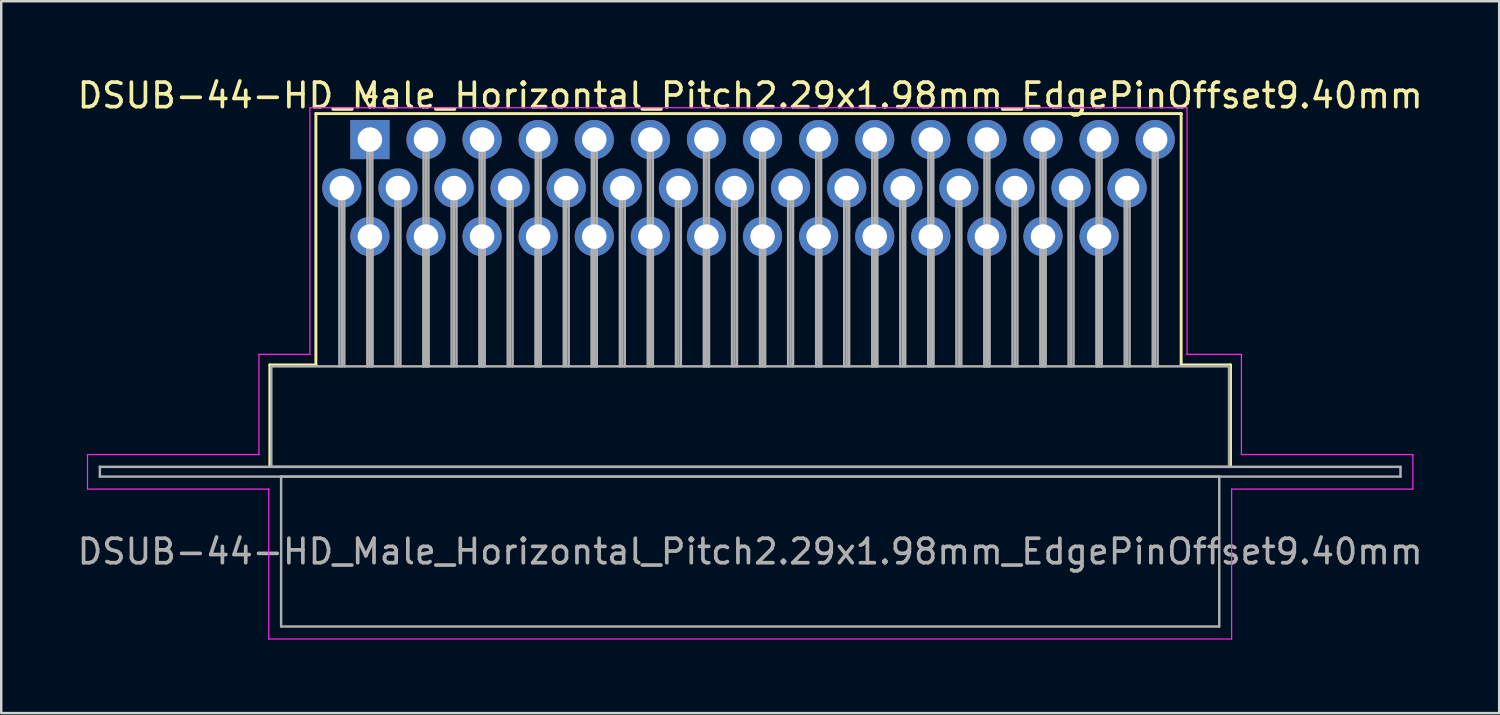
<source format=kicad_pcb>
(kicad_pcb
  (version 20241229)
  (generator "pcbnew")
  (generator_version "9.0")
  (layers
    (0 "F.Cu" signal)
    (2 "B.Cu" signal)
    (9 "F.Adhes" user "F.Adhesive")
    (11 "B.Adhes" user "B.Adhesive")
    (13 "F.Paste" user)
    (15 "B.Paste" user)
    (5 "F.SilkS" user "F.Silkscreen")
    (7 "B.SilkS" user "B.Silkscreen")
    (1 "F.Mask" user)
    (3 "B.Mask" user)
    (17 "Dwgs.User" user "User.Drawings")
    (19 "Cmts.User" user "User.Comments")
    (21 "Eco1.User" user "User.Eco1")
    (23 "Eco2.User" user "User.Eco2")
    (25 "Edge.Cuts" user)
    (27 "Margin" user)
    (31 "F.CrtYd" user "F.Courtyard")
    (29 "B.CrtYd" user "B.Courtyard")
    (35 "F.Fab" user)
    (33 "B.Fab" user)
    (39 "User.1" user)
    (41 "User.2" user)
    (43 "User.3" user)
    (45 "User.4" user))
  (footprint "DSUB-44-HD_Male_Horizontal_Pitch2.29x1.98mm_EdgePinOffset9.40mm"
    (layer "F.Cu")
    (at 12.052 2.648)
    (property "Reference" "DSUB-44-HD_Male_Horizontal_Pitch2.29x1.98mm_EdgePinOffset9.40mm" (at 15.525 -1.8 0) (layer "F.SilkS") (effects (font (size 1 1) (thickness 0.15))))
    (attr through_hole)
    (fp_line (start -4.085 9.2) (end -2.205 9.2) (stroke (width 0.12) (type solid)) (layer "F.SilkS"))
    (fp_line (start -4.085 13.3) (end -4.085 9.2) (stroke (width 0.12) (type solid)) (layer "F.SilkS"))
    (fp_line (start -2.205 -1.06) (end 33.12 -1.06) (stroke (width 0.12) (type solid)) (layer "F.SilkS"))
    (fp_line (start -2.205 9.2) (end -2.205 -1.06) (stroke (width 0.12) (type solid)) (layer "F.SilkS"))
    (fp_line (start -0.25 -1.754) (end 0.25 -1.754) (stroke (width 0.12) (type solid)) (layer "F.SilkS"))
    (fp_line (start 0 -1.321) (end -0.25 -1.754) (stroke (width 0.12) (type solid)) (layer "F.SilkS"))
    (fp_line (start 0.25 -1.754) (end 0 -1.321) (stroke (width 0.12) (type solid)) (layer "F.SilkS"))
    (fp_line (start 33.12 -1.06) (end 33.12 9.2) (stroke (width 0.12) (type solid)) (layer "F.SilkS"))
    (fp_line (start 33.12 9.2) (end 35.135 9.2) (stroke (width 0.12) (type solid)) (layer "F.SilkS"))
    (fp_line (start 35.135 9.2) (end 35.135 13.3) (stroke (width 0.12) (type solid)) (layer "F.SilkS"))
    (fp_line (start -11.53 12.86) (end -4.53 12.86) (stroke (width 0.05) (type solid)) (layer "F.CrtYd"))
    (fp_line (start -11.53 14.27) (end -11.53 12.86) (stroke (width 0.05) (type solid)) (layer "F.CrtYd"))
    (fp_line (start -4.53 8.77) (end -2.45 8.77) (stroke (width 0.05) (type solid)) (layer "F.CrtYd"))
    (fp_line (start -4.53 12.86) (end -4.53 8.77) (stroke (width 0.05) (type solid)) (layer "F.CrtYd"))
    (fp_line (start -4.13 14.27) (end -11.53 14.27) (stroke (width 0.05) (type solid)) (layer "F.CrtYd"))
    (fp_line (start -4.13 20.39) (end -4.13 14.27) (stroke (width 0.05) (type solid)) (layer "F.CrtYd"))
    (fp_line (start -2.45 -1.3) (end 33.36 -1.3) (stroke (width 0.05) (type solid)) (layer "F.CrtYd"))
    (fp_line (start -2.45 8.77) (end -2.45 -1.3) (stroke (width 0.05) (type solid)) (layer "F.CrtYd"))
    (fp_line (start 33.36 -1.3) (end 33.36 8.77) (stroke (width 0.05) (type solid)) (layer "F.CrtYd"))
    (fp_line (start 33.36 8.77) (end 35.58 8.77) (stroke (width 0.05) (type solid)) (layer "F.CrtYd"))
    (fp_line (start 35.18 14.27) (end 35.18 20.39) (stroke (width 0.05) (type solid)) (layer "F.CrtYd"))
    (fp_line (start 35.18 20.39) (end -4.13 20.39) (stroke (width 0.05) (type solid)) (layer "F.CrtYd"))
    (fp_line (start 35.58 8.77) (end 35.58 12.86) (stroke (width 0.05) (type solid)) (layer "F.CrtYd"))
    (fp_line (start 35.58 12.86) (end 42.58 12.86) (stroke (width 0.05) (type solid)) (layer "F.CrtYd"))
    (fp_line (start 42.58 12.86) (end 42.58 14.27) (stroke (width 0.05) (type solid)) (layer "F.CrtYd"))
    (fp_line (start 42.58 14.27) (end 35.18 14.27) (stroke (width 0.05) (type solid)) (layer "F.CrtYd"))
    (fp_line (start -11.025 13.36) (end -11.025 13.76) (stroke (width 0.1) (type solid)) (layer "F.Fab"))
    (fp_line (start -11.025 13.76) (end 42.075 13.76) (stroke (width 0.1) (type solid)) (layer "F.Fab"))
    (fp_line (start -4.025 9.26) (end -4.025 13.36) (stroke (width 0.1) (type solid)) (layer "F.Fab"))
    (fp_line (start -4.025 13.36) (end 35.075 13.36) (stroke (width 0.1) (type solid)) (layer "F.Fab"))
    (fp_line (start -3.625 13.76) (end -3.625 19.88) (stroke (width 0.1) (type solid)) (layer "F.Fab"))
    (fp_line (start -3.625 19.88) (end 34.675 19.88) (stroke (width 0.1) (type solid)) (layer "F.Fab"))
    (fp_line (start -1.245 1.98) (end -1.245 9.26) (stroke (width 0.1) (type solid)) (layer "F.Fab"))
    (fp_line (start -1.145 1.98) (end -1.145 9.26) (stroke (width 0.1) (type solid)) (layer "F.Fab"))
    (fp_line (start -1.045 1.98) (end -1.045 9.26) (stroke (width 0.1) (type solid)) (layer "F.Fab"))
    (fp_line (start -0.1 0) (end -0.1 9.26) (stroke (width 0.1) (type solid)) (layer "F.Fab"))
    (fp_line (start -0.1 3.96) (end -0.1 9.26) (stroke (width 0.1) (type solid)) (layer "F.Fab"))
    (fp_line (start 0 0) (end 0 9.26) (stroke (width 0.1) (type solid)) (layer "F.Fab"))
    (fp_line (start 0 3.96) (end 0 9.26) (stroke (width 0.1) (type solid)) (layer "F.Fab"))
    (fp_line (start 0.1 0) (end 0.1 9.26) (stroke (width 0.1) (type solid)) (layer "F.Fab"))
    (fp_line (start 0.1 3.96) (end 0.1 9.26) (stroke (width 0.1) (type solid)) (layer "F.Fab"))
    (fp_line (start 1.045 1.98) (end 1.045 9.26) (stroke (width 0.1) (type solid)) (layer "F.Fab"))
    (fp_line (start 1.145 1.98) (end 1.145 9.26) (stroke (width 0.1) (type solid)) (layer "F.Fab"))
    (fp_line (start 1.245 1.98) (end 1.245 9.26) (stroke (width 0.1) (type solid)) (layer "F.Fab"))
    (fp_line (start 2.19 0) (end 2.19 9.26) (stroke (width 0.1) (type solid)) (layer "F.Fab"))
    (fp_line (start 2.19 3.96) (end 2.19 9.26) (stroke (width 0.1) (type solid)) (layer "F.Fab"))
    (fp_line (start 2.29 0) (end 2.29 9.26) (stroke (width 0.1) (type solid)) (layer "F.Fab"))
    (fp_line (start 2.29 3.96) (end 2.29 9.26) (stroke (width 0.1) (type solid)) (layer "F.Fab"))
    (fp_line (start 2.39 0) (end 2.39 9.26) (stroke (width 0.1) (type solid)) (layer "F.Fab"))
    (fp_line (start 2.39 3.96) (end 2.39 9.26) (stroke (width 0.1) (type solid)) (layer "F.Fab"))
    (fp_line (start 3.335 1.98) (end 3.335 9.26) (stroke (width 0.1) (type solid)) (layer "F.Fab"))
    (fp_line (start 3.435 1.98) (end 3.435 9.26) (stroke (width 0.1) (type solid)) (layer "F.Fab"))
    (fp_line (start 3.535 1.98) (end 3.535 9.26) (stroke (width 0.1) (type solid)) (layer "F.Fab"))
    (fp_line (start 4.48 0) (end 4.48 9.26) (stroke (width 0.1) (type solid)) (layer "F.Fab"))
    (fp_line (start 4.48 3.96) (end 4.48 9.26) (stroke (width 0.1) (type solid)) (layer "F.Fab"))
    (fp_line (start 4.58 0) (end 4.58 9.26) (stroke (width 0.1) (type solid)) (layer "F.Fab"))
    (fp_line (start 4.58 3.96) (end 4.58 9.26) (stroke (width 0.1) (type solid)) (layer "F.Fab"))
    (fp_line (start 4.68 0) (end 4.68 9.26) (stroke (width 0.1) (type solid)) (layer "F.Fab"))
    (fp_line (start 4.68 3.96) (end 4.68 9.26) (stroke (width 0.1) (type solid)) (layer "F.Fab"))
    (fp_line (start 5.625 1.98) (end 5.625 9.26) (stroke (width 0.1) (type solid)) (layer "F.Fab"))
    (fp_line (start 5.725 1.98) (end 5.725 9.26) (stroke (width 0.1) (type solid)) (layer "F.Fab"))
    (fp_line (start 5.825 1.98) (end 5.825 9.26) (stroke (width 0.1) (type solid)) (layer "F.Fab"))
    (fp_line (start 6.77 0) (end 6.77 9.26) (stroke (width 0.1) (type solid)) (layer "F.Fab"))
    (fp_line (start 6.77 3.96) (end 6.77 9.26) (stroke (width 0.1) (type solid)) (layer "F.Fab"))
    (fp_line (start 6.87 0) (end 6.87 9.26) (stroke (width 0.1) (type solid)) (layer "F.Fab"))
    (fp_line (start 6.87 3.96) (end 6.87 9.26) (stroke (width 0.1) (type solid)) (layer "F.Fab"))
    (fp_line (start 6.97 0) (end 6.97 9.26) (stroke (width 0.1) (type solid)) (layer "F.Fab"))
    (fp_line (start 6.97 3.96) (end 6.97 9.26) (stroke (width 0.1) (type solid)) (layer "F.Fab"))
    (fp_line (start 7.915 1.98) (end 7.915 9.26) (stroke (width 0.1) (type solid)) (layer "F.Fab"))
    (fp_line (start 8.015 1.98) (end 8.015 9.26) (stroke (width 0.1) (type solid)) (layer "F.Fab"))
    (fp_line (start 8.115 1.98) (end 8.115 9.26) (stroke (width 0.1) (type solid)) (layer "F.Fab"))
    (fp_line (start 9.06 0) (end 9.06 9.26) (stroke (width 0.1) (type solid)) (layer "F.Fab"))
    (fp_line (start 9.06 3.96) (end 9.06 9.26) (stroke (width 0.1) (type solid)) (layer "F.Fab"))
    (fp_line (start 9.16 0) (end 9.16 9.26) (stroke (width 0.1) (type solid)) (layer "F.Fab"))
    (fp_line (start 9.16 3.96) (end 9.16 9.26) (stroke (width 0.1) (type solid)) (layer "F.Fab"))
    (fp_line (start 9.26 0) (end 9.26 9.26) (stroke (width 0.1) (type solid)) (layer "F.Fab"))
    (fp_line (start 9.26 3.96) (end 9.26 9.26) (stroke (width 0.1) (type solid)) (layer "F.Fab"))
    (fp_line (start 10.205 1.98) (end 10.205 9.26) (stroke (width 0.1) (type solid)) (layer "F.Fab"))
    (fp_line (start 10.305 1.98) (end 10.305 9.26) (stroke (width 0.1) (type solid)) (layer "F.Fab"))
    (fp_line (start 10.405 1.98) (end 10.405 9.26) (stroke (width 0.1) (type solid)) (layer "F.Fab"))
    (fp_line (start 11.35 0) (end 11.35 9.26) (stroke (width 0.1) (type solid)) (layer "F.Fab"))
    (fp_line (start 11.35 3.96) (end 11.35 9.26) (stroke (width 0.1) (type solid)) (layer "F.Fab"))
    (fp_line (start 11.45 0) (end 11.45 9.26) (stroke (width 0.1) (type solid)) (layer "F.Fab"))
    (fp_line (start 11.45 3.96) (end 11.45 9.26) (stroke (width 0.1) (type solid)) (layer "F.Fab"))
    (fp_line (start 11.55 0) (end 11.55 9.26) (stroke (width 0.1) (type solid)) (layer "F.Fab"))
    (fp_line (start 11.55 3.96) (end 11.55 9.26) (stroke (width 0.1) (type solid)) (layer "F.Fab"))
    (fp_line (start 12.495 1.98) (end 12.495 9.26) (stroke (width 0.1) (type solid)) (layer "F.Fab"))
    (fp_line (start 12.595 1.98) (end 12.595 9.26) (stroke (width 0.1) (type solid)) (layer "F.Fab"))
    (fp_line (start 12.695 1.98) (end 12.695 9.26) (stroke (width 0.1) (type solid)) (layer "F.Fab"))
    (fp_line (start 13.64 0) (end 13.64 9.26) (stroke (width 0.1) (type solid)) (layer "F.Fab"))
    (fp_line (start 13.64 3.96) (end 13.64 9.26) (stroke (width 0.1) (type solid)) (layer "F.Fab"))
    (fp_line (start 13.74 0) (end 13.74 9.26) (stroke (width 0.1) (type solid)) (layer "F.Fab"))
    (fp_line (start 13.74 3.96) (end 13.74 9.26) (stroke (width 0.1) (type solid)) (layer "F.Fab"))
    (fp_line (start 13.84 0) (end 13.84 9.26) (stroke (width 0.1) (type solid)) (layer "F.Fab"))
    (fp_line (start 13.84 3.96) (end 13.84 9.26) (stroke (width 0.1) (type solid)) (layer "F.Fab"))
    (fp_line (start 14.785 1.98) (end 14.785 9.26) (stroke (width 0.1) (type solid)) (layer "F.Fab"))
    (fp_line (start 14.885 1.98) (end 14.885 9.26) (stroke (width 0.1) (type solid)) (layer "F.Fab"))
    (fp_line (start 14.985 1.98) (end 14.985 9.26) (stroke (width 0.1) (type solid)) (layer "F.Fab"))
    (fp_line (start 15.93 0) (end 15.93 9.26) (stroke (width 0.1) (type solid)) (layer "F.Fab"))
    (fp_line (start 15.93 3.96) (end 15.93 9.26) (stroke (width 0.1) (type solid)) (layer "F.Fab"))
    (fp_line (start 16.03 0) (end 16.03 9.26) (stroke (width 0.1) (type solid)) (layer "F.Fab"))
    (fp_line (start 16.03 3.96) (end 16.03 9.26) (stroke (width 0.1) (type solid)) (layer "F.Fab"))
    (fp_line (start 16.13 0) (end 16.13 9.26) (stroke (width 0.1) (type solid)) (layer "F.Fab"))
    (fp_line (start 16.13 3.96) (end 16.13 9.26) (stroke (width 0.1) (type solid)) (layer "F.Fab"))
    (fp_line (start 17.075 1.98) (end 17.075 9.26) (stroke (width 0.1) (type solid)) (layer "F.Fab"))
    (fp_line (start 17.175 1.98) (end 17.175 9.26) (stroke (width 0.1) (type solid)) (layer "F.Fab"))
    (fp_line (start 17.275 1.98) (end 17.275 9.26) (stroke (width 0.1) (type solid)) (layer "F.Fab"))
    (fp_line (start 18.22 0) (end 18.22 9.26) (stroke (width 0.1) (type solid)) (layer "F.Fab"))
    (fp_line (start 18.22 3.96) (end 18.22 9.26) (stroke (width 0.1) (type solid)) (layer "F.Fab"))
    (fp_line (start 18.32 0) (end 18.32 9.26) (stroke (width 0.1) (type solid)) (layer "F.Fab"))
    (fp_line (start 18.32 3.96) (end 18.32 9.26) (stroke (width 0.1) (type solid)) (layer "F.Fab"))
    (fp_line (start 18.42 0) (end 18.42 9.26) (stroke (width 0.1) (type solid)) (layer "F.Fab"))
    (fp_line (start 18.42 3.96) (end 18.42 9.26) (stroke (width 0.1) (type solid)) (layer "F.Fab"))
    (fp_line (start 19.365 1.98) (end 19.365 9.26) (stroke (width 0.1) (type solid)) (layer "F.Fab"))
    (fp_line (start 19.465 1.98) (end 19.465 9.26) (stroke (width 0.1) (type solid)) (layer "F.Fab"))
    (fp_line (start 19.565 1.98) (end 19.565 9.26) (stroke (width 0.1) (type solid)) (layer "F.Fab"))
    (fp_line (start 20.51 0) (end 20.51 9.26) (stroke (width 0.1) (type solid)) (layer "F.Fab"))
    (fp_line (start 20.51 3.96) (end 20.51 9.26) (stroke (width 0.1) (type solid)) (layer "F.Fab"))
    (fp_line (start 20.61 0) (end 20.61 9.26) (stroke (width 0.1) (type solid)) (layer "F.Fab"))
    (fp_line (start 20.61 3.96) (end 20.61 9.26) (stroke (width 0.1) (type solid)) (layer "F.Fab"))
    (fp_line (start 20.71 0) (end 20.71 9.26) (stroke (width 0.1) (type solid)) (layer "F.Fab"))
    (fp_line (start 20.71 3.96) (end 20.71 9.26) (stroke (width 0.1) (type solid)) (layer "F.Fab"))
    (fp_line (start 21.655 1.98) (end 21.655 9.26) (stroke (width 0.1) (type solid)) (layer "F.Fab"))
    (fp_line (start 21.755 1.98) (end 21.755 9.26) (stroke (width 0.1) (type solid)) (layer "F.Fab"))
    (fp_line (start 21.855 1.98) (end 21.855 9.26) (stroke (width 0.1) (type solid)) (layer "F.Fab"))
    (fp_line (start 22.8 0) (end 22.8 9.26) (stroke (width 0.1) (type solid)) (layer "F.Fab"))
    (fp_line (start 22.8 3.96) (end 22.8 9.26) (stroke (width 0.1) (type solid)) (layer "F.Fab"))
    (fp_line (start 22.9 0) (end 22.9 9.26) (stroke (width 0.1) (type solid)) (layer "F.Fab"))
    (fp_line (start 22.9 3.96) (end 22.9 9.26) (stroke (width 0.1) (type solid)) (layer "F.Fab"))
    (fp_line (start 23 0) (end 23 9.26) (stroke (width 0.1) (type solid)) (layer "F.Fab"))
    (fp_line (start 23 3.96) (end 23 9.26) (stroke (width 0.1) (type solid)) (layer "F.Fab"))
    (fp_line (start 23.945 1.98) (end 23.945 9.26) (stroke (width 0.1) (type solid)) (layer "F.Fab"))
    (fp_line (start 24.045 1.98) (end 24.045 9.26) (stroke (width 0.1) (type solid)) (layer "F.Fab"))
    (fp_line (start 24.145 1.98) (end 24.145 9.26) (stroke (width 0.1) (type solid)) (layer "F.Fab"))
    (fp_line (start 25.09 0) (end 25.09 9.26) (stroke (width 0.1) (type solid)) (layer "F.Fab"))
    (fp_line (start 25.09 3.96) (end 25.09 9.26) (stroke (width 0.1) (type solid)) (layer "F.Fab"))
    (fp_line (start 25.19 0) (end 25.19 9.26) (stroke (width 0.1) (type solid)) (layer "F.Fab"))
    (fp_line (start 25.19 3.96) (end 25.19 9.26) (stroke (width 0.1) (type solid)) (layer "F.Fab"))
    (fp_line (start 25.29 0) (end 25.29 9.26) (stroke (width 0.1) (type solid)) (layer "F.Fab"))
    (fp_line (start 25.29 3.96) (end 25.29 9.26) (stroke (width 0.1) (type solid)) (layer "F.Fab"))
    (fp_line (start 26.235 1.98) (end 26.235 9.26) (stroke (width 0.1) (type solid)) (layer "F.Fab"))
    (fp_line (start 26.335 1.98) (end 26.335 9.26) (stroke (width 0.1) (type solid)) (layer "F.Fab"))
    (fp_line (start 26.435 1.98) (end 26.435 9.26) (stroke (width 0.1) (type solid)) (layer "F.Fab"))
    (fp_line (start 27.38 0) (end 27.38 9.26) (stroke (width 0.1) (type solid)) (layer "F.Fab"))
    (fp_line (start 27.38 3.96) (end 27.38 9.26) (stroke (width 0.1) (type solid)) (layer "F.Fab"))
    (fp_line (start 27.48 0) (end 27.48 9.26) (stroke (width 0.1) (type solid)) (layer "F.Fab"))
    (fp_line (start 27.48 3.96) (end 27.48 9.26) (stroke (width 0.1) (type solid)) (layer "F.Fab"))
    (fp_line (start 27.58 0) (end 27.58 9.26) (stroke (width 0.1) (type solid)) (layer "F.Fab"))
    (fp_line (start 27.58 3.96) (end 27.58 9.26) (stroke (width 0.1) (type solid)) (layer "F.Fab"))
    (fp_line (start 28.525 1.98) (end 28.525 9.26) (stroke (width 0.1) (type solid)) (layer "F.Fab"))
    (fp_line (start 28.625 1.98) (end 28.625 9.26) (stroke (width 0.1) (type solid)) (layer "F.Fab"))
    (fp_line (start 28.725 1.98) (end 28.725 9.26) (stroke (width 0.1) (type solid)) (layer "F.Fab"))
    (fp_line (start 29.67 0) (end 29.67 9.26) (stroke (width 0.1) (type solid)) (layer "F.Fab"))
    (fp_line (start 29.67 3.96) (end 29.67 9.26) (stroke (width 0.1) (type solid)) (layer "F.Fab"))
    (fp_line (start 29.77 0) (end 29.77 9.26) (stroke (width 0.1) (type solid)) (layer "F.Fab"))
    (fp_line (start 29.77 3.96) (end 29.77 9.26) (stroke (width 0.1) (type solid)) (layer "F.Fab"))
    (fp_line (start 29.87 0) (end 29.87 9.26) (stroke (width 0.1) (type solid)) (layer "F.Fab"))
    (fp_line (start 29.87 3.96) (end 29.87 9.26) (stroke (width 0.1) (type solid)) (layer "F.Fab"))
    (fp_line (start 30.815 1.98) (end 30.815 9.26) (stroke (width 0.1) (type solid)) (layer "F.Fab"))
    (fp_line (start 30.915 1.98) (end 30.915 9.26) (stroke (width 0.1) (type solid)) (layer "F.Fab"))
    (fp_line (start 31.015 1.98) (end 31.015 9.26) (stroke (width 0.1) (type solid)) (layer "F.Fab"))
    (fp_line (start 31.96 0) (end 31.96 9.26) (stroke (width 0.1) (type solid)) (layer "F.Fab"))
    (fp_line (start 32.06 0) (end 32.06 9.26) (stroke (width 0.1) (type solid)) (layer "F.Fab"))
    (fp_line (start 32.16 0) (end 32.16 9.26) (stroke (width 0.1) (type solid)) (layer "F.Fab"))
    (fp_line (start 34.675 13.76) (end -3.625 13.76) (stroke (width 0.1) (type solid)) (layer "F.Fab"))
    (fp_line (start 34.675 19.88) (end 34.675 13.76) (stroke (width 0.1) (type solid)) (layer "F.Fab"))
    (fp_line (start 35.075 9.26) (end -4.025 9.26) (stroke (width 0.1) (type solid)) (layer "F.Fab"))
    (fp_line (start 35.075 13.36) (end 35.075 9.26) (stroke (width 0.1) (type solid)) (layer "F.Fab"))
    (fp_line (start 42.075 13.36) (end -11.025 13.36) (stroke (width 0.1) (type solid)) (layer "F.Fab"))
    (fp_line (start 42.075 13.76) (end 42.075 13.36) (stroke (width 0.1) (type solid)) (layer "F.Fab"))
    (fp_text user "${REFERENCE}" (at 15.525 16.82 0) (layer "F.Fab") (effects (font (size 1 1) (thickness 0.15))))
    (pad "1" thru_hole rect (at 0 0) (size 1.6 1.6) (drill 1) (layers "*.Cu" "*.Mask"))
    (pad "2" thru_hole circle (at 2.29 0) (size 1.6 1.6) (drill 1) (layers "*.Cu" "*.Mask"))
    (pad "3" thru_hole circle (at 4.58 0) (size 1.6 1.6) (drill 1) (layers "*.Cu" "*.Mask"))
    (pad "4" thru_hole circle (at 6.87 0) (size 1.6 1.6) (drill 1) (layers "*.Cu" "*.Mask"))
    (pad "5" thru_hole circle (at 9.16 0) (size 1.6 1.6) (drill 1) (layers "*.Cu" "*.Mask"))
    (pad "6" thru_hole circle (at 11.45 0) (size 1.6 1.6) (drill 1) (layers "*.Cu" "*.Mask"))
    (pad "7" thru_hole circle (at 13.74 0) (size 1.6 1.6) (drill 1) (layers "*.Cu" "*.Mask"))
    (pad "8" thru_hole circle (at 16.03 0) (size 1.6 1.6) (drill 1) (layers "*.Cu" "*.Mask"))
    (pad "9" thru_hole circle (at 18.32 0) (size 1.6 1.6) (drill 1) (layers "*.Cu" "*.Mask"))
    (pad "10" thru_hole circle (at 20.61 0) (size 1.6 1.6) (drill 1) (layers "*.Cu" "*.Mask"))
    (pad "11" thru_hole circle (at 22.9 0) (size 1.6 1.6) (drill 1) (layers "*.Cu" "*.Mask"))
    (pad "12" thru_hole circle (at 25.19 0) (size 1.6 1.6) (drill 1) (layers "*.Cu" "*.Mask"))
    (pad "13" thru_hole circle (at 27.48 0) (size 1.6 1.6) (drill 1) (layers "*.Cu" "*.Mask"))
    (pad "14" thru_hole circle (at 29.77 0) (size 1.6 1.6) (drill 1) (layers "*.Cu" "*.Mask"))
    (pad "15" thru_hole circle (at 32.06 0) (size 1.6 1.6) (drill 1) (layers "*.Cu" "*.Mask"))
    (pad "16" thru_hole circle (at -1.145 1.98) (size 1.6 1.6) (drill 1) (layers "*.Cu" "*.Mask"))
    (pad "17" thru_hole circle (at 1.145 1.98) (size 1.6 1.6) (drill 1) (layers "*.Cu" "*.Mask"))
    (pad "18" thru_hole circle (at 3.435 1.98) (size 1.6 1.6) (drill 1) (layers "*.Cu" "*.Mask"))
    (pad "19" thru_hole circle (at 5.725 1.98) (size 1.6 1.6) (drill 1) (layers "*.Cu" "*.Mask"))
    (pad "20" thru_hole circle (at 8.015 1.98) (size 1.6 1.6) (drill 1) (layers "*.Cu" "*.Mask"))
    (pad "21" thru_hole circle (at 10.305 1.98) (size 1.6 1.6) (drill 1) (layers "*.Cu" "*.Mask"))
    (pad "22" thru_hole circle (at 12.595 1.98) (size 1.6 1.6) (drill 1) (layers "*.Cu" "*.Mask"))
    (pad "23" thru_hole circle (at 14.885 1.98) (size 1.6 1.6) (drill 1) (layers "*.Cu" "*.Mask"))
    (pad "24" thru_hole circle (at 17.175 1.98) (size 1.6 1.6) (drill 1) (layers "*.Cu" "*.Mask"))
    (pad "25" thru_hole circle (at 19.465 1.98) (size 1.6 1.6) (drill 1) (layers "*.Cu" "*.Mask"))
    (pad "26" thru_hole circle (at 21.755 1.98) (size 1.6 1.6) (drill 1) (layers "*.Cu" "*.Mask"))
    (pad "27" thru_hole circle (at 24.045 1.98) (size 1.6 1.6) (drill 1) (layers "*.Cu" "*.Mask"))
    (pad "28" thru_hole circle (at 26.335 1.98) (size 1.6 1.6) (drill 1) (layers "*.Cu" "*.Mask"))
    (pad "29" thru_hole circle (at 28.625 1.98) (size 1.6 1.6) (drill 1) (layers "*.Cu" "*.Mask"))
    (pad "30" thru_hole circle (at 30.915 1.98) (size 1.6 1.6) (drill 1) (layers "*.Cu" "*.Mask"))
    (pad "31" thru_hole circle (at 0 3.96) (size 1.6 1.6) (drill 1) (layers "*.Cu" "*.Mask"))
    (pad "32" thru_hole circle (at 2.29 3.96) (size 1.6 1.6) (drill 1) (layers "*.Cu" "*.Mask"))
    (pad "33" thru_hole circle (at 4.58 3.96) (size 1.6 1.6) (drill 1) (layers "*.Cu" "*.Mask"))
    (pad "34" thru_hole circle (at 6.87 3.96) (size 1.6 1.6) (drill 1) (layers "*.Cu" "*.Mask"))
    (pad "35" thru_hole circle (at 9.16 3.96) (size 1.6 1.6) (drill 1) (layers "*.Cu" "*.Mask"))
    (pad "36" thru_hole circle (at 11.45 3.96) (size 1.6 1.6) (drill 1) (layers "*.Cu" "*.Mask"))
    (pad "37" thru_hole circle (at 13.74 3.96) (size 1.6 1.6) (drill 1) (layers "*.Cu" "*.Mask"))
    (pad "38" thru_hole circle (at 16.03 3.96) (size 1.6 1.6) (drill 1) (layers "*.Cu" "*.Mask"))
    (pad "39" thru_hole circle (at 18.32 3.96) (size 1.6 1.6) (drill 1) (layers "*.Cu" "*.Mask"))
    (pad "40" thru_hole circle (at 20.61 3.96) (size 1.6 1.6) (drill 1) (layers "*.Cu" "*.Mask"))
    (pad "41" thru_hole circle (at 22.9 3.96) (size 1.6 1.6) (drill 1) (layers "*.Cu" "*.Mask"))
    (pad "42" thru_hole circle (at 25.19 3.96) (size 1.6 1.6) (drill 1) (layers "*.Cu" "*.Mask"))
    (pad "43" thru_hole circle (at 27.48 3.96) (size 1.6 1.6) (drill 1) (layers "*.Cu" "*.Mask"))
    (pad "44" thru_hole circle (at 29.77 3.96) (size 1.6 1.6) (drill 1) (layers "*.Cu" "*.Mask")))
  (gr_rect
    (start -3 -3)
    (end 58.155 26.063)
    (stroke (width 0.1) (type default))
    (fill no)
    (layer "Edge.Cuts")))
</source>
